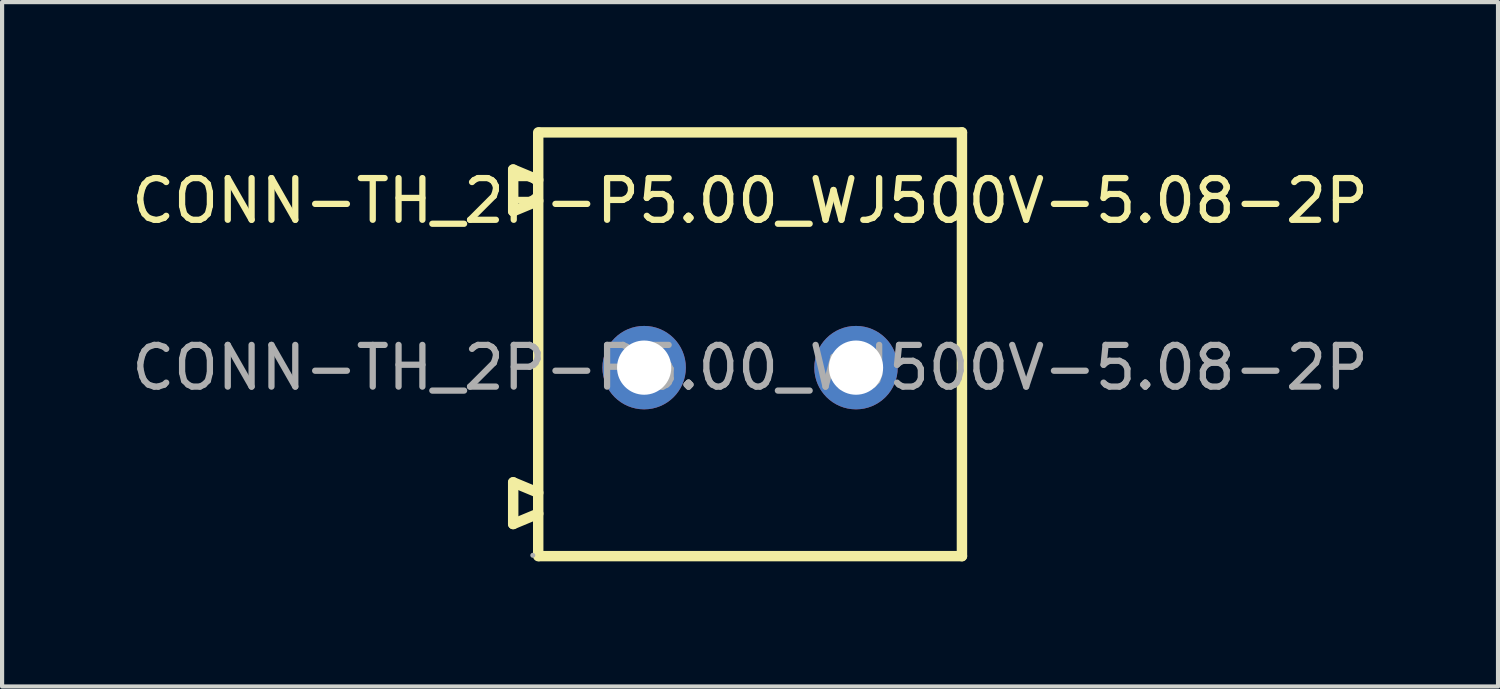
<source format=kicad_pcb>
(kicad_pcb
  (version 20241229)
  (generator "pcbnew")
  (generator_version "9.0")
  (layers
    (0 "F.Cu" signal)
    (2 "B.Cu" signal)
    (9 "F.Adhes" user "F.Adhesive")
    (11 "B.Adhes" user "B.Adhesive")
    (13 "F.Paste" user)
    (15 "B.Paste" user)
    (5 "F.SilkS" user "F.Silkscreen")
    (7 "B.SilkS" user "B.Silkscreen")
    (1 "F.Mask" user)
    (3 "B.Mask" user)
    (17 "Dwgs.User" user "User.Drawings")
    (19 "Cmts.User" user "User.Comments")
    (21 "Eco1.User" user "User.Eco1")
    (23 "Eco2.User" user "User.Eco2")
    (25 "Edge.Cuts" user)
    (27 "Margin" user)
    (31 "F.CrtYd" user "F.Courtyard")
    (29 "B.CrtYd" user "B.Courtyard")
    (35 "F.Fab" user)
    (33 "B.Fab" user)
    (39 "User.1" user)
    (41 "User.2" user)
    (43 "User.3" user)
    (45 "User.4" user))
  (footprint "CONN-TH_2P-P5.00_WJ500V-5.08-2P"
    (layer "F.Cu")
    (at 14.935 5.765)
    (property "Reference" "CONN-TH_2P-P5.00_WJ500V-5.08-2P" (at 0 -4 0) (layer "F.SilkS") (effects (font (size 1 1) (thickness 0.15))))
    (attr through_hole)
    (fp_line (start -5.68 -4.75) (end -5.68 -3.75) (stroke (width 0.25) (type solid)) (layer "F.SilkS"))
    (fp_line (start -5.68 -3.75) (end -5.08 -4) (stroke (width 0.25) (type solid)) (layer "F.SilkS"))
    (fp_line (start -5.68 2.75) (end -5.68 3.75) (stroke (width 0.25) (type solid)) (layer "F.SilkS"))
    (fp_line (start -5.68 3.75) (end -5.08 3.5) (stroke (width 0.25) (type solid)) (layer "F.SilkS"))
    (fp_line (start -5.08 -4.5) (end -5.68 -4.75) (stroke (width 0.25) (type solid)) (layer "F.SilkS"))
    (fp_line (start -5.08 3) (end -5.68 2.75) (stroke (width 0.25) (type solid)) (layer "F.SilkS"))
    (fp_line (start -5.08 4.52) (end -5.08 -5.64) (stroke (width 0.25) (type solid)) (layer "F.SilkS"))
    (fp_line (start 5.08 -5.64) (end -5.05 -5.64) (stroke (width 0.25) (type solid)) (layer "F.SilkS"))
    (fp_line (start 5.08 4.52) (end -5.05 4.52) (stroke (width 0.25) (type solid)) (layer "F.SilkS"))
    (fp_line (start 5.08 4.52) (end 5.08 -5.64) (stroke (width 0.25) (type solid)) (layer "F.SilkS"))
    (fp_circle (center -5.21 4.5) (end -5.18 4.5) (stroke (width 0.06) (type solid)) (fill no) (layer "F.Fab"))
    (fp_circle (center -2.54 0) (end -2.26 0) (stroke (width 0.55) (type solid)) (fill no) (layer "F.Fab"))
    (fp_circle (center 2.54 0) (end 2.82 0) (stroke (width 0.55) (type solid)) (fill no) (layer "F.Fab"))
    (fp_text user "${REFERENCE}" (at 0 0 0) (layer "F.Fab") (effects (font (size 1 1) (thickness 0.15))))
    (pad "1" thru_hole circle (at -2.54 0 180) (size 2 2) (drill 1.3) (layers "*.Cu" "*.Mask"))
    (pad "2" thru_hole circle (at 2.54 0 180) (size 2 2) (drill 1.3) (layers "*.Cu" "*.Mask")))
  (gr_rect
    (start -3 -3)
    (end 32.869 13.41)
    (stroke (width 0.1) (type default))
    (fill no)
    (layer "Edge.Cuts")))
</source>
